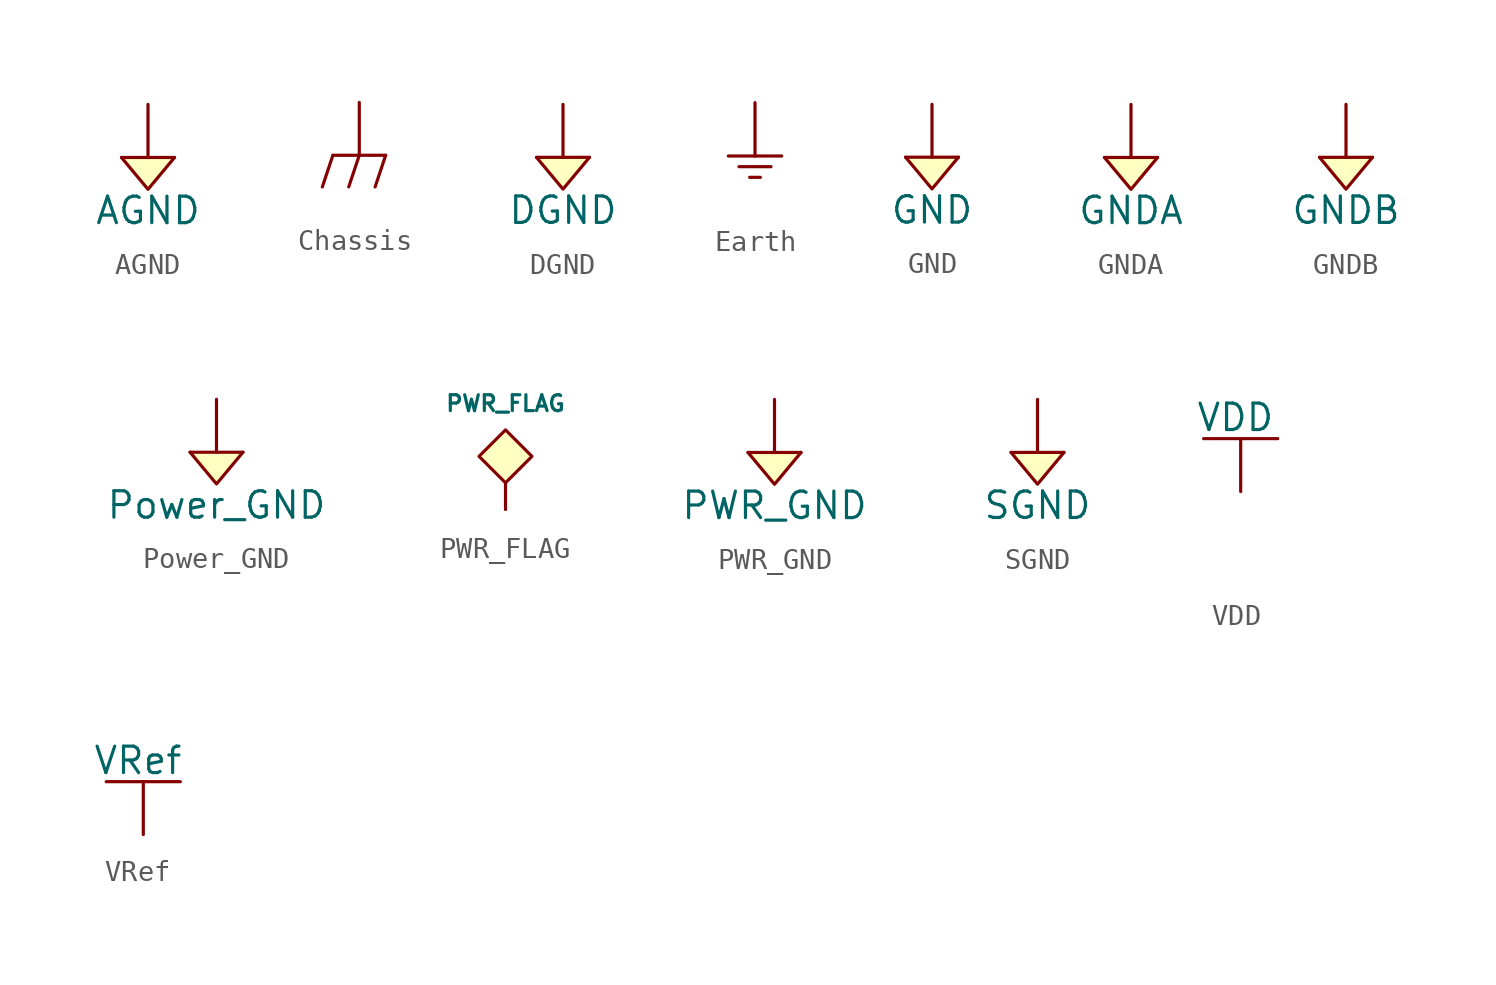
<source format=kicad_sym>
(kicad_symbol_lib
  (version 20220914)
  (generator kicad_symbol_editor)
  (symbol "AGND"
    (power)
    (pin_numbers hide)
    (pin_names
      (offset 0) hide)
    (property "Reference" "#PWR"
      (at 0 -4.318 0)
      (effects (font (size 1.27 1.27)) hide))
    (property "Value" "AGND"
      (at 0 -2.54 0)
      (effects (font (size 1.27 1.27))))
    (property "Footprint" ""
      (at 0 2.54 0)
      (effects (font (size 1.524 1.524))))
    (property "Datasheet" ""
      (at -0.508 -2.286 0)
      (effects (font (size 1.524 1.524))))
    (symbol "AGND_0_1"
      (polyline (pts (xy 0 0) (xy 1.27 0)) (stroke (width 0) (type default)) (fill (type none)))
      (polyline (pts (xy -1.27 0) (xy 0 -1.524) (xy 1.27 0)) (stroke (width 0) (type default)) (fill (type background)))
      (polyline (pts (xy 0 2.54) (xy 0 0) (xy -1.27 0)) (stroke (width 0) (type default)) (fill (type none))))
    (symbol "AGND_1_1"
      (pin power_in line (at 0 2.54 90) (length 0) hide (name "AGND" (effects (font (size 1.27 1.27)))) (number "1" (effects (font (size 1.27 1.27)))))))
  (symbol "Chassis"
    (power)
    (pin_numbers hide)
    (pin_names
      (offset 0) hide)
    (property "Reference" "#PWR"
      (at -0.254 -2.794 0)
      (effects (font (size 1.27 1.27)) hide))
    (property "Footprint" ""
      (at 0 2.54 0)
      (effects (font (size 1.524 1.524))))
    (property "Datasheet" ""
      (at -0.508 -2.286 0)
      (effects (font (size 1.524 1.524))))
    (symbol "Chassis_0_1"
      (polyline (pts (xy -1.27 0) (xy -1.778 -1.524)) (stroke (width 0) (type default)) (fill (type none)))
      (polyline (pts (xy 0 0) (xy -0.508 -1.524)) (stroke (width 0) (type default)) (fill (type none)))
      (polyline (pts (xy 0 0) (xy 1.27 0)) (stroke (width 0) (type default)) (fill (type none)))
      (polyline (pts (xy 1.27 0) (xy 0.762 -1.524)) (stroke (width 0) (type default)) (fill (type none)))
      (polyline (pts (xy 0 2.54) (xy 0 0) (xy -1.27 0)) (stroke (width 0) (type default)) (fill (type none))))
    (symbol "Chassis_1_1"
      (pin passive line (at 0 2.54 90) (length 0) hide (name "Chassis" (effects (font (size 1.27 1.27)))) (number "1" (effects (font (size 1.27 1.27)))))))
  (symbol "DGND"
    (power)
    (pin_numbers hide)
    (pin_names
      (offset 0) hide)
    (property "Reference" "#PWR"
      (at 0 -4.318 0)
      (effects (font (size 1.27 1.27)) hide))
    (property "Value" "DGND"
      (at 0 -2.54 0)
      (effects (font (size 1.27 1.27))))
    (property "Footprint" ""
      (at 0 2.54 0)
      (effects (font (size 1.524 1.524))))
    (property "Datasheet" ""
      (at -0.508 -2.286 0)
      (effects (font (size 1.524 1.524))))
    (symbol "DGND_0_1"
      (polyline (pts (xy 0 0) (xy 1.27 0)) (stroke (width 0) (type default)) (fill (type none)))
      (polyline (pts (xy -1.27 0) (xy 0 -1.524) (xy 1.27 0)) (stroke (width 0) (type default)) (fill (type background)))
      (polyline (pts (xy 0 2.54) (xy 0 0) (xy -1.27 0)) (stroke (width 0) (type default)) (fill (type none))))
    (symbol "DGND_1_1"
      (pin power_in line (at 0 2.54 90) (length 0) hide (name "DGND" (effects (font (size 1.27 1.27)))) (number "1" (effects (font (size 1.27 1.27)))))))
  (symbol "Earth"
    (power)
    (pin_numbers hide)
    (pin_names
      (offset 0) hide)
    (property "Reference" "#PWR"
      (at -0.254 -2.794 0)
      (effects (font (size 1.27 1.27)) hide))
    (property "Footprint" ""
      (at 0 2.54 0)
      (effects (font (size 1.524 1.524))))
    (property "Datasheet" ""
      (at -0.508 -2.286 0)
      (effects (font (size 1.524 1.524))))
    (symbol "Earth_0_1"
      (polyline (pts (xy -0.762 -0.508) (xy 0.762 -0.508)) (stroke (width 0) (type default)) (fill (type none)))
      (polyline (pts (xy -0.254 -1.016) (xy 0.254 -1.016)) (stroke (width 0) (type default)) (fill (type none)))
      (polyline (pts (xy 0 0) (xy 1.27 0)) (stroke (width 0) (type default)) (fill (type none)))
      (polyline (pts (xy 0 2.54) (xy 0 0) (xy -1.27 0)) (stroke (width 0) (type default)) (fill (type none))))
    (symbol "Earth_1_1"
      (pin power_in line (at 0 2.54 90) (length 0) hide (name "Earth" (effects (font (size 1.27 1.27)))) (number "1" (effects (font (size 1.27 1.27)))))))
  (symbol "GND"
    (power)
    (pin_numbers hide)
    (pin_names
      (offset 0) hide)
    (property "Reference" "#PWR"
      (at 0 -4.318 0)
      (effects (font (size 1.27 1.27)) hide))
    (property "Value" "GND"
      (at 0 -2.54 0)
      (effects (font (size 1.27 1.27))))
    (property "Footprint" ""
      (at 0 2.54 0)
      (effects (font (size 1.524 1.524))))
    (property "Datasheet" ""
      (at -0.508 -2.286 0)
      (effects (font (size 1.524 1.524))))
    (symbol "GND_0_1"
      (polyline (pts (xy 0 0) (xy 1.27 0)) (stroke (width 0) (type default)) (fill (type none)))
      (polyline (pts (xy -1.27 0) (xy 0 -1.524) (xy 1.27 0)) (stroke (width 0) (type default)) (fill (type background)))
      (polyline (pts (xy 0 2.54) (xy 0 0) (xy -1.27 0)) (stroke (width 0) (type default)) (fill (type none))))
    (symbol "GND_1_1"
      (pin power_in line (at 0 2.54 90) (length 0) hide (name "GND" (effects (font (size 1.27 1.27)))) (number "1" (effects (font (size 1.27 1.27)))))))
  (symbol "GNDA"
    (power)
    (pin_numbers hide)
    (pin_names
      (offset 0) hide)
    (property "Reference" "#PWR"
      (at 0 -4.318 0)
      (effects (font (size 1.27 1.27)) hide))
    (property "Value" "GNDA"
      (at 0 -2.54 0)
      (effects (font (size 1.27 1.27))))
    (property "Footprint" ""
      (at 0 2.54 0)
      (effects (font (size 1.524 1.524))))
    (property "Datasheet" ""
      (at -0.508 -2.286 0)
      (effects (font (size 1.524 1.524))))
    (symbol "GNDA_0_1"
      (polyline (pts (xy 0 0) (xy 1.27 0)) (stroke (width 0) (type default)) (fill (type none)))
      (polyline (pts (xy -1.27 0) (xy 0 -1.524) (xy 1.27 0)) (stroke (width 0) (type default)) (fill (type background)))
      (polyline (pts (xy 0 2.54) (xy 0 0) (xy -1.27 0)) (stroke (width 0) (type default)) (fill (type none))))
    (symbol "GNDA_1_1"
      (pin power_in line (at 0 2.54 90) (length 0) hide (name "GNDA" (effects (font (size 1.27 1.27)))) (number "1" (effects (font (size 1.27 1.27)))))))
  (symbol "GNDB"
    (power)
    (pin_numbers hide)
    (pin_names
      (offset 0) hide)
    (property "Reference" "#PWR"
      (at 0 -4.318 0)
      (effects (font (size 1.27 1.27)) hide))
    (property "Value" "GNDB"
      (at 0 -2.54 0)
      (effects (font (size 1.27 1.27))))
    (property "Footprint" ""
      (at 0 2.54 0)
      (effects (font (size 1.524 1.524))))
    (property "Datasheet" ""
      (at -0.508 -2.286 0)
      (effects (font (size 1.524 1.524))))
    (symbol "GNDB_0_1"
      (polyline (pts (xy 0 0) (xy 1.27 0)) (stroke (width 0) (type default)) (fill (type none)))
      (polyline (pts (xy -1.27 0) (xy 0 -1.524) (xy 1.27 0)) (stroke (width 0) (type default)) (fill (type background)))
      (polyline (pts (xy 0 2.54) (xy 0 0) (xy -1.27 0)) (stroke (width 0) (type default)) (fill (type none))))
    (symbol "GNDB_1_1"
      (pin power_in line (at 0 2.54 90) (length 0) hide (name "GNDB" (effects (font (size 1.27 1.27)))) (number "1" (effects (font (size 1.27 1.27)))))))
  (symbol "Power_GND"
    (power)
    (pin_numbers hide)
    (pin_names
      (offset 0) hide)
    (property "Reference" "#PWR"
      (at 0 -4.318 0)
      (effects (font (size 1.27 1.27)) hide))
    (property "Value" "Power_GND"
      (at 0 -2.54 0)
      (effects (font (size 1.27 1.27))))
    (property "Footprint" ""
      (at 0 2.54 0)
      (effects (font (size 1.524 1.524))))
    (property "Datasheet" ""
      (at -0.508 -2.286 0)
      (effects (font (size 1.524 1.524))))
    (symbol "Power_GND_0_1"
      (polyline (pts (xy 0 0) (xy 1.27 0)) (stroke (width 0) (type default)) (fill (type none)))
      (polyline (pts (xy -1.27 0) (xy 0 -1.524) (xy 1.27 0)) (stroke (width 0) (type default)) (fill (type background)))
      (polyline (pts (xy 0 2.54) (xy 0 0) (xy -1.27 0)) (stroke (width 0) (type default)) (fill (type none))))
    (symbol "Power_GND_1_1"
      (pin power_in line (at 0 2.54 90) (length 0) hide (name "Power_GND" (effects (font (size 1.27 1.27)))) (number "1" (effects (font (size 1.27 1.27)))))))
  (symbol "PWR_FLAG"
    (power)
    (pin_numbers hide)
    (pin_names
      (offset 0) hide)
    (property "Reference" "#FLG"
      (at 0 -2.54 0)
      (effects (font (size 1.524 1.524)) hide))
    (property "Value" "PWR_FLAG"
      (at 0 5.08 0)
      (effects (font (size 0.762 0.762))))
    (property "Footprint" ""
      (at 0 0 0)
      (effects (font (size 1.524 1.524))))
    (property "Datasheet" ""
      (at 0 0 0)
      (effects (font (size 1.524 1.524))))
    (symbol "PWR_FLAG_0_0"
      (pin power_out line (at 0 0 90) (length 0) (name "pwr" (effects (font (size 1.27 1.27)))) (number "1" (effects (font (size 1.27 1.27))))))
    (symbol "PWR_FLAG_0_1"
      (polyline (pts (xy 0 0) (xy 0 1.27) (xy -1.27 2.54) (xy 0 3.81) (xy 1.27 2.54) (xy 0 1.27)) (stroke (width 0) (type default)) (fill (type background)))))
  (symbol "PWR_GND"
    (power)
    (pin_numbers hide)
    (pin_names
      (offset 0) hide)
    (property "Reference" "#PWR"
      (at 0 -4.318 0)
      (effects (font (size 1.27 1.27)) hide))
    (property "Value" "PWR_GND"
      (at 0 -2.54 0)
      (effects (font (size 1.27 1.27))))
    (property "Footprint" ""
      (at 0 2.54 0)
      (effects (font (size 1.524 1.524))))
    (property "Datasheet" ""
      (at -0.508 -2.286 0)
      (effects (font (size 1.524 1.524))))
    (symbol "PWR_GND_0_1"
      (polyline (pts (xy 0 0) (xy 1.27 0)) (stroke (width 0) (type default)) (fill (type none)))
      (polyline (pts (xy -1.27 0) (xy 0 -1.524) (xy 1.27 0)) (stroke (width 0) (type default)) (fill (type background)))
      (polyline (pts (xy 0 2.54) (xy 0 0) (xy -1.27 0)) (stroke (width 0) (type default)) (fill (type none))))
    (symbol "PWR_GND_1_1"
      (pin power_in line (at 0 2.54 90) (length 0) hide (name "PWR_GND" (effects (font (size 1.27 1.27)))) (number "1" (effects (font (size 1.27 1.27)))))))
  (symbol "SGND"
    (power)
    (pin_numbers hide)
    (pin_names
      (offset 0) hide)
    (property "Reference" "#PWR"
      (at 0 -4.318 0)
      (effects (font (size 1.27 1.27)) hide))
    (property "Value" "SGND"
      (at 0 -2.54 0)
      (effects (font (size 1.27 1.27))))
    (property "Footprint" ""
      (at 0 2.54 0)
      (effects (font (size 1.524 1.524))))
    (property "Datasheet" ""
      (at -0.508 -2.286 0)
      (effects (font (size 1.524 1.524))))
    (symbol "SGND_0_1"
      (polyline (pts (xy 0 0) (xy 1.27 0)) (stroke (width 0) (type default)) (fill (type none)))
      (polyline (pts (xy -1.27 0) (xy 0 -1.524) (xy 1.27 0)) (stroke (width 0) (type default)) (fill (type background)))
      (polyline (pts (xy 0 2.54) (xy 0 0) (xy -1.27 0)) (stroke (width 0) (type default)) (fill (type none))))
    (symbol "SGND_1_1"
      (pin power_in line (at 0 2.54 90) (length 0) hide (name "SGND" (effects (font (size 1.27 1.27)))) (number "1" (effects (font (size 1.27 1.27)))))))
  (symbol "VDD"
    (power)
    (pin_numbers hide)
    (pin_names
      (offset 0) hide)
    (property "Reference" "#PWR"
      (at 0 -3.81 0)
      (effects (font (size 1.27 1.27)) hide))
    (property "Value" "VDD"
      (at -0.254 3.556 0)
      (effects (font (size 1.27 1.27))))
    (property "Footprint" ""
      (at 0 0 0)
      (effects (font (size 1.524 1.524))))
    (property "Datasheet" ""
      (at 0 -3.81 0)
      (effects (font (size 1.524 1.524))))
    (symbol "VDD_0_1"
      (polyline (pts (xy -1.778 2.54) (xy 0 2.54)) (stroke (width 0) (type default)) (fill (type none)))
      (polyline (pts (xy 0 0) (xy 0 2.54)) (stroke (width 0) (type default)) (fill (type none)))
      (polyline (pts (xy 0 2.54) (xy 1.778 2.54)) (stroke (width 0) (type default)) (fill (type none))))
    (symbol "VDD_1_1"
      (pin power_in line (at 0 0 90) (length 0) hide (name "VDD" (effects (font (size 1.27 1.27)))) (number "1" (effects (font (size 1.27 1.27)))))))
  (symbol "VRef"
    (power)
    (pin_numbers hide)
    (pin_names
      (offset 0) hide)
    (property "Reference" "#PWR"
      (at 0 -3.81 0)
      (effects (font (size 1.27 1.27)) hide))
    (property "Value" "VRef"
      (at -0.254 3.556 0)
      (effects (font (size 1.27 1.27))))
    (property "Footprint" ""
      (at 0 0 0)
      (effects (font (size 1.524 1.524))))
    (property "Datasheet" ""
      (at 0 0 0)
      (effects (font (size 1.524 1.524))))
    (symbol "VRef_0_1"
      (polyline (pts (xy -1.778 2.54) (xy 0 2.54)) (stroke (width 0) (type default)) (fill (type none)))
      (polyline (pts (xy 0 0) (xy 0 2.54)) (stroke (width 0) (type default)) (fill (type none)))
      (polyline (pts (xy 0 2.54) (xy 1.778 2.54)) (stroke (width 0) (type default)) (fill (type none))))
    (symbol "VRef_1_1"
      (pin power_in line (at 0 0 90) (length 0) hide (name "VRef" (effects (font (size 1.27 1.27)))) (number "1" (effects (font (size 1.27 1.27))))))))
</source>
